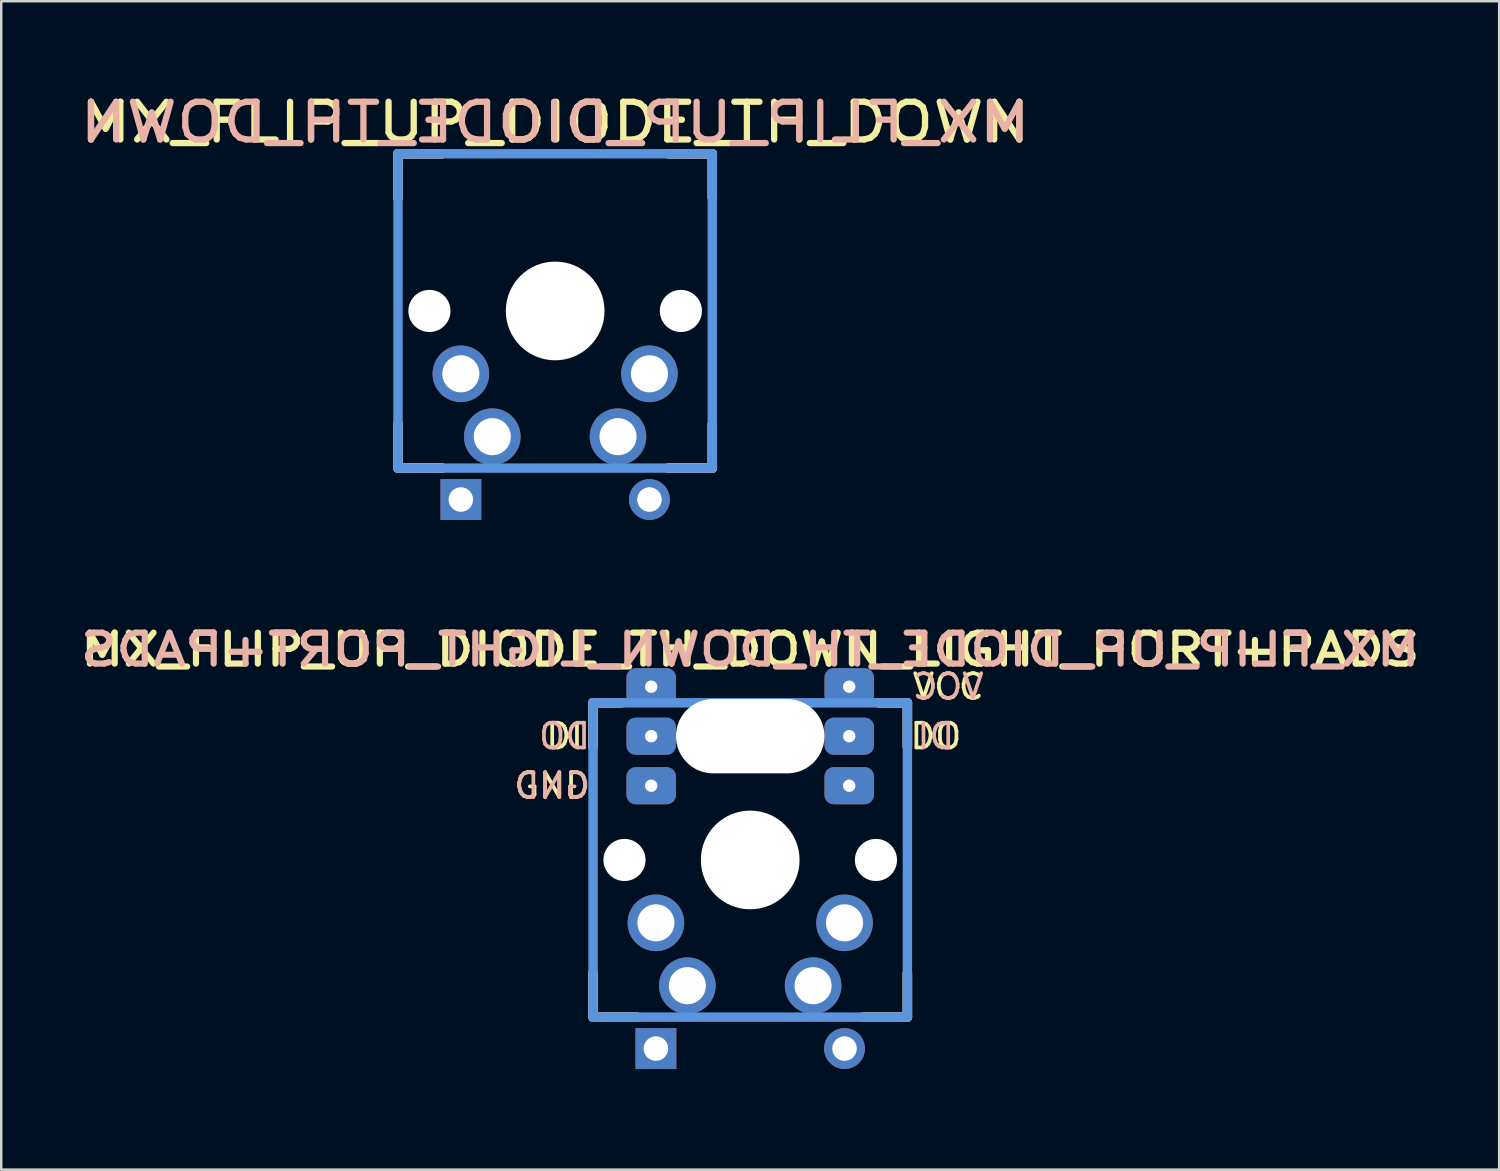
<source format=kicad_pcb>
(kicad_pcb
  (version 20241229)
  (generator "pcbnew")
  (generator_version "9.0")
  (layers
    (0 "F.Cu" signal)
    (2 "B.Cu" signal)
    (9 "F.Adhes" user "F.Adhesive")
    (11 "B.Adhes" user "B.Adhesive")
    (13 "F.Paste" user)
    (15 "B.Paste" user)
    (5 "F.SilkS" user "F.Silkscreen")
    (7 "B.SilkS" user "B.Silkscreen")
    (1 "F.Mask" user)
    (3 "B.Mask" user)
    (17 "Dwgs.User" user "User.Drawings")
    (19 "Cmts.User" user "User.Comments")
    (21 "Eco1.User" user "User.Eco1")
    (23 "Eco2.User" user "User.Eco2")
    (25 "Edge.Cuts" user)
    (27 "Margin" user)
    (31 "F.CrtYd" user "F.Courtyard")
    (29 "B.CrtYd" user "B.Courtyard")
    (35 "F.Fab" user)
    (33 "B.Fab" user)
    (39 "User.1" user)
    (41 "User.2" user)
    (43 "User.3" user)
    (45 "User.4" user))
  (footprint "MX_FLIP_UP_DIODE_TH_DOWN_LIGHT_PORT+PADS"
    (layer "F.Cu")
    (at 27.261 31.695)
    (property "Reference" "MX_FLIP_UP_DIODE_TH_DOWN_LIGHT_PORT+PADS" (at 0 -8.5 180) (layer "F.SilkS") (effects (font (size 1.25 1.5) (thickness 0.25))))
    (attr through_hole)
    (fp_line (start -6.35 -6.35) (end -5.2 -6.35) (stroke (width 0.381) (type solid)) (layer "F.SilkS"))
    (fp_line (start -6.35 -4.572) (end -6.35 -6.35) (stroke (width 0.381) (type solid)) (layer "F.SilkS"))
    (fp_line (start -6.35 6.35) (end -6.35 4.572) (stroke (width 0.381) (type solid)) (layer "F.SilkS"))
    (fp_line (start -4.572 6.35) (end -6.35 6.35) (stroke (width 0.381) (type solid)) (layer "F.SilkS"))
    (fp_line (start 5.2 -6.35) (end 6.35 -6.35) (stroke (width 0.381) (type solid)) (layer "F.SilkS"))
    (fp_line (start 6.35 -6.35) (end 6.35 -4.572) (stroke (width 0.381) (type solid)) (layer "F.SilkS"))
    (fp_line (start 6.35 4.572) (end 6.35 6.35) (stroke (width 0.381) (type solid)) (layer "F.SilkS"))
    (fp_line (start 6.35 6.35) (end 4.572 6.35) (stroke (width 0.381) (type solid)) (layer "F.SilkS"))
    (fp_line (start -6.35 -6.35) (end -5.2 -6.35) (stroke (width 0.381) (type solid)) (layer "B.SilkS"))
    (fp_line (start -6.35 -4.572) (end -6.35 -6.35) (stroke (width 0.381) (type solid)) (layer "B.SilkS"))
    (fp_line (start -6.35 6.35) (end -6.35 4.572) (stroke (width 0.381) (type solid)) (layer "B.SilkS"))
    (fp_line (start -4.572 6.35) (end -6.35 6.35) (stroke (width 0.381) (type solid)) (layer "B.SilkS"))
    (fp_line (start 5.2 -6.35) (end 6.35 -6.35) (stroke (width 0.381) (type solid)) (layer "B.SilkS"))
    (fp_line (start 6.35 -6.35) (end 6.35 -4.572) (stroke (width 0.381) (type solid)) (layer "B.SilkS"))
    (fp_line (start 6.35 4.572) (end 6.35 6.35) (stroke (width 0.381) (type solid)) (layer "B.SilkS"))
    (fp_line (start 6.35 6.35) (end 4.572 6.35) (stroke (width 0.381) (type solid)) (layer "B.SilkS"))
    (fp_line (start -6.35 -6.35) (end 6.35 -6.35) (stroke (width 0.381) (type solid)) (layer "Cmts.User"))
    (fp_line (start -6.35 6.35) (end -6.35 -6.35) (stroke (width 0.381) (type solid)) (layer "Cmts.User"))
    (fp_line (start 6.35 -6.35) (end 6.35 6.35) (stroke (width 0.381) (type solid)) (layer "Cmts.User"))
    (fp_line (start 6.35 6.35) (end -6.35 6.35) (stroke (width 0.381) (type solid)) (layer "Cmts.User"))
    (fp_line (start -9.5 -9.5) (end 9.5 -9.5) (stroke (width 0.025) (type solid)) (layer "Eco2.User"))
    (fp_line (start -9.5 9.5) (end -9.5 -9.5) (stroke (width 0.025) (type solid)) (layer "Eco2.User"))
    (fp_line (start -7 -7) (end 7 -7) (stroke (width 0.025) (type solid)) (layer "Eco2.User"))
    (fp_line (start -7 7) (end -7 -7) (stroke (width 0.025) (type solid)) (layer "Eco2.User"))
    (fp_line (start 7 7) (end -7 7) (stroke (width 0.025) (type solid)) (layer "Eco2.User"))
    (fp_line (start 7 7) (end 7 -7) (stroke (width 0.025) (type solid)) (layer "Eco2.User"))
    (fp_line (start 9.5 -9.5) (end 9.5 9.5) (stroke (width 0.025) (type solid)) (layer "Eco2.User"))
    (fp_line (start 9.5 9.5) (end -9.5 9.5) (stroke (width 0.025) (type solid)) (layer "Eco2.User"))
    (fp_text user "GND" (at -8 -3 0) (layer "F.SilkS") (effects (font (size 1 1) (thickness 0.15))))
    (fp_text user "VCC" (at 8 -7 0) (layer "F.SilkS") (effects (font (size 1 1) (thickness 0.15))))
    (fp_text user "DO" (at 7.5 -5 0) (layer "F.SilkS") (effects (font (size 1 1) (thickness 0.15))))
    (fp_text user "DI" (at -7.5 -5 0) (layer "F.SilkS") (effects (font (size 1 1) (thickness 0.15))))
    (fp_text user "VCC" (at 8 -7 0) (layer "B.SilkS") (effects (font (size 1 1) (thickness 0.15)) (justify mirror)))
    (fp_text user "DO" (at -7.5 -5 0) (layer "B.SilkS") (effects (font (size 1 1) (thickness 0.15)) (justify mirror)))
    (fp_text user "GND" (at -8 -3 0) (layer "B.SilkS") (effects (font (size 1 1) (thickness 0.15)) (justify mirror)))
    (fp_text user "DI" (at 7.5 -5 0) (layer "B.SilkS") (effects (font (size 1 1) (thickness 0.15)) (justify mirror)))
    (fp_text user "${REFERENCE}" (at 0 -8.5 0) (layer "B.SilkS") (effects (font (size 1.25 1.5) (thickness 0.25)) (justify mirror)))
    (pad "" np_thru_hole circle (at -5.08 0 180) (size 1.702 1.702) (drill 1.702) (layers "*.Cu" "*.Mask"))
    (pad "" np_thru_hole oval (at 0 -5 180) (size 6 3) (drill oval 6 3) (layers "*.Cu" "*.Mask"))
    (pad "" np_thru_hole circle (at 0 0 180) (size 3.988 3.988) (drill 3.988) (layers "*.Cu" "*.Mask"))
    (pad "" np_thru_hole circle (at 5.08 0 180) (size 1.702 1.702) (drill 1.702) (layers "*.Cu" "*.Mask"))
    (pad "1" thru_hole circle (at -3.81 2.54 180) (size 2.286 2.286) (drill 1.499) (layers "*.Cu" "*.Mask"))
    (pad "1" thru_hole circle (at -2.54 5.08 180) (size 2.286 2.286) (drill 1.499) (layers "*.Cu" "*.Mask"))
    (pad "2" thru_hole circle (at 2.54 5.08 180) (size 2.286 2.286) (drill 1.499) (layers "*.Cu" "*.Mask"))
    (pad "2" thru_hole circle (at 3.81 2.54 180) (size 2.286 2.286) (drill 1.499) (layers "*.Cu" "*.Mask"))
    (pad "3" thru_hole circle (at 3.81 7.62 180) (size 1.651 1.651) (drill 0.991) (layers "*.Cu" "*.Mask"))
    (pad "4" thru_hole rect (at -3.81 7.62 180) (size 1.651 1.651) (drill 0.991) (layers "*.Cu" "*.Mask"))
    (pad "5" thru_hole roundrect (at -4 -5 180) (size 2 1.5) (drill 0.5) (layers "*.Cu" "*.Mask") (roundrect_rratio 0.25))
    (pad "6" thru_hole roundrect (at 4 -5 180) (size 2 1.5) (drill 0.5) (layers "*.Cu" "*.Mask") (roundrect_rratio 0.25))
    (pad "7" thru_hole roundrect (at -4 -7 180) (size 2 1.5) (drill 0.5) (layers "*.Cu" "*.Mask") (roundrect_rratio 0.25))
    (pad "7" thru_hole roundrect (at 4 -7 180) (size 2 1.5) (drill 0.5) (layers "*.Cu" "*.Mask") (roundrect_rratio 0.25))
    (pad "8" thru_hole roundrect (at -4 -3 180) (size 2 1.5) (drill 0.5) (layers "*.Cu" "*.Mask") (roundrect_rratio 0.25))
    (pad "8" thru_hole roundrect (at 4 -3 180) (size 2 1.5) (drill 0.5) (layers "*.Cu" "*.Mask") (roundrect_rratio 0.25)))
  (footprint "MX_FLIP_UP_DIODE_TH_DOWN"
    (layer "F.Cu")
    (at 19.38 9.513)
    (property "Reference" "MX_FLIP_UP_DIODE_TH_DOWN" (at 0 -7.62 180) (layer "F.SilkS") (effects (font (size 1.524 1.778) (thickness 0.254))))
    (attr through_hole)
    (fp_line (start -6.35 -6.35) (end -4.572 -6.35) (stroke (width 0.381) (type solid)) (layer "F.SilkS"))
    (fp_line (start -6.35 -4.572) (end -6.35 -6.35) (stroke (width 0.381) (type solid)) (layer "F.SilkS"))
    (fp_line (start -6.35 6.35) (end -6.35 4.572) (stroke (width 0.381) (type solid)) (layer "F.SilkS"))
    (fp_line (start -4.572 6.35) (end -6.35 6.35) (stroke (width 0.381) (type solid)) (layer "F.SilkS"))
    (fp_line (start 4.572 -6.35) (end 6.35 -6.35) (stroke (width 0.381) (type solid)) (layer "F.SilkS"))
    (fp_line (start 6.35 -6.35) (end 6.35 -4.572) (stroke (width 0.381) (type solid)) (layer "F.SilkS"))
    (fp_line (start 6.35 4.572) (end 6.35 6.35) (stroke (width 0.381) (type solid)) (layer "F.SilkS"))
    (fp_line (start 6.35 6.35) (end 4.572 6.35) (stroke (width 0.381) (type solid)) (layer "F.SilkS"))
    (fp_line (start -6.35 -6.35) (end -4.572 -6.35) (stroke (width 0.381) (type solid)) (layer "B.SilkS"))
    (fp_line (start -6.35 -4.572) (end -6.35 -6.35) (stroke (width 0.381) (type solid)) (layer "B.SilkS"))
    (fp_line (start -6.35 6.35) (end -6.35 4.572) (stroke (width 0.381) (type solid)) (layer "B.SilkS"))
    (fp_line (start -4.572 6.35) (end -6.35 6.35) (stroke (width 0.381) (type solid)) (layer "B.SilkS"))
    (fp_line (start 4.572 -6.35) (end 6.35 -6.35) (stroke (width 0.381) (type solid)) (layer "B.SilkS"))
    (fp_line (start 6.35 -6.35) (end 6.35 -4.572) (stroke (width 0.381) (type solid)) (layer "B.SilkS"))
    (fp_line (start 6.35 4.572) (end 6.35 6.35) (stroke (width 0.381) (type solid)) (layer "B.SilkS"))
    (fp_line (start 6.35 6.35) (end 4.572 6.35) (stroke (width 0.381) (type solid)) (layer "B.SilkS"))
    (fp_line (start -6.35 -6.35) (end 6.35 -6.35) (stroke (width 0.381) (type solid)) (layer "Cmts.User"))
    (fp_line (start -6.35 6.35) (end -6.35 -6.35) (stroke (width 0.381) (type solid)) (layer "Cmts.User"))
    (fp_line (start 6.35 -6.35) (end 6.35 6.35) (stroke (width 0.381) (type solid)) (layer "Cmts.User"))
    (fp_line (start 6.35 6.35) (end -6.35 6.35) (stroke (width 0.381) (type solid)) (layer "Cmts.User"))
    (fp_line (start -9.5 -9.5) (end 9.5 -9.5) (stroke (width 0.025) (type solid)) (layer "Eco2.User"))
    (fp_line (start -9.5 9.5) (end -9.5 -9.5) (stroke (width 0.025) (type solid)) (layer "Eco2.User"))
    (fp_line (start -7 -7) (end 7 -7) (stroke (width 0.025) (type solid)) (layer "Eco2.User"))
    (fp_line (start -7 7) (end -7 -7) (stroke (width 0.025) (type solid)) (layer "Eco2.User"))
    (fp_line (start 7 7) (end -7 7) (stroke (width 0.025) (type solid)) (layer "Eco2.User"))
    (fp_line (start 7 7) (end 7 -7) (stroke (width 0.025) (type solid)) (layer "Eco2.User"))
    (fp_line (start 9.5 -9.5) (end 9.5 9.5) (stroke (width 0.025) (type solid)) (layer "Eco2.User"))
    (fp_line (start 9.5 9.5) (end -9.5 9.5) (stroke (width 0.025) (type solid)) (layer "Eco2.User"))
    (fp_text user "${REFERENCE}" (at 0 -7.62 0) (layer "B.SilkS") (effects (font (size 1.524 1.778) (thickness 0.254)) (justify mirror)))
    (pad "" np_thru_hole circle (at -5.08 0 180) (size 1.702 1.702) (drill 1.702) (layers "*.Cu" "*.Mask"))
    (pad "" np_thru_hole circle (at 0 0 180) (size 3.988 3.988) (drill 3.988) (layers "*.Cu" "*.Mask"))
    (pad "" np_thru_hole circle (at 5.08 0 180) (size 1.702 1.702) (drill 1.702) (layers "*.Cu" "*.Mask"))
    (pad "1" thru_hole circle (at -3.81 2.54 180) (size 2.286 2.286) (drill 1.499) (layers "*.Cu" "*.Mask"))
    (pad "1" thru_hole circle (at -2.54 5.08 180) (size 2.286 2.286) (drill 1.499) (layers "*.Cu" "*.Mask"))
    (pad "2" thru_hole circle (at 2.54 5.08 180) (size 2.286 2.286) (drill 1.499) (layers "*.Cu" "*.Mask"))
    (pad "2" thru_hole circle (at 3.81 2.54 180) (size 2.286 2.286) (drill 1.499) (layers "*.Cu" "*.Mask"))
    (pad "3" thru_hole circle (at 3.81 7.62 180) (size 1.651 1.651) (drill 0.991) (layers "*.Cu" "*.Mask"))
    (pad "4" thru_hole rect (at -3.81 7.62 180) (size 1.651 1.651) (drill 0.991) (layers "*.Cu" "*.Mask")))
  (gr_rect
    (start -3 -3)
    (end 57.521 44.208)
    (stroke (width 0.1) (type default))
    (fill no)
    (layer "Edge.Cuts")))
</source>
